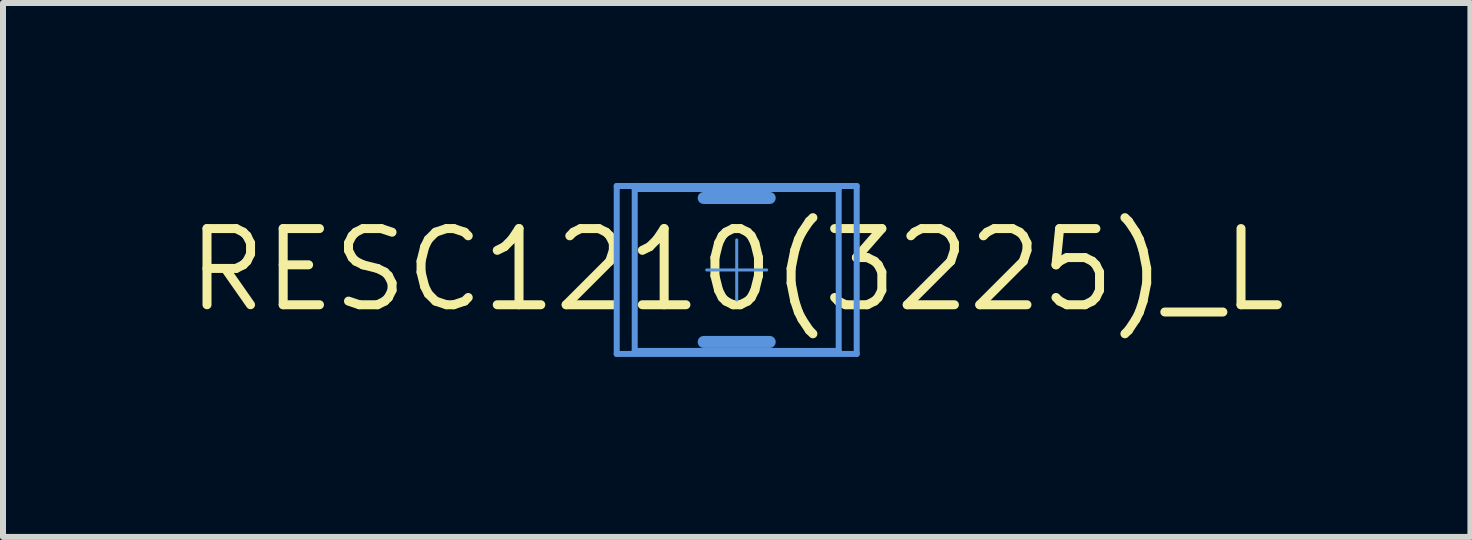
<source format=kicad_pcb>
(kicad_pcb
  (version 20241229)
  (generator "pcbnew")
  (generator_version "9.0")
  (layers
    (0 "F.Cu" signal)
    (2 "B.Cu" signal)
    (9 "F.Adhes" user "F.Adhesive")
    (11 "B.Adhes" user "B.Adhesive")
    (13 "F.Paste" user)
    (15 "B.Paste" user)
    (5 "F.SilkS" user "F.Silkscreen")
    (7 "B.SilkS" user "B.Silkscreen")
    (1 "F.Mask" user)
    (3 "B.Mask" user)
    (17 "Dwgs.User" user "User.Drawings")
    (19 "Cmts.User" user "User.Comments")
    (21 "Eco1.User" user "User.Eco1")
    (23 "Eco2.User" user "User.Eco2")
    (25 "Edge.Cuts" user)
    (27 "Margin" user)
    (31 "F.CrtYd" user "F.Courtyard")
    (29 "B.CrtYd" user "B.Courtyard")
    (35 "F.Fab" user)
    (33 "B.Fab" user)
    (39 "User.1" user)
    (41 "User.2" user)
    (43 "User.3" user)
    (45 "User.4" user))
  (footprint "RESC1210(3225)_L"
    (layer "F.Cu")
    (at 9.23 1.45)
    (property "Reference" "RESC1210(3225)_L" (at 0 0 0) (layer "F.SilkS") (effects (font (size 1.27 1.27) (thickness 0.15))))
    (attr through_hole)
    (fp_line (start -2 -1.4) (end 2 -1.4) (stroke (width 0.05) (type solid)) (layer "Cmts.User"))
    (fp_line (start -2 -1.4) (end 2 -1.4) (stroke (width 0.1) (type solid)) (layer "Cmts.User"))
    (fp_line (start -2 1.4) (end -2 -1.4) (stroke (width 0.05) (type solid)) (layer "Cmts.User"))
    (fp_line (start -2 1.4) (end -2 -1.4) (stroke (width 0.1) (type solid)) (layer "Cmts.User"))
    (fp_line (start -2 1.4) (end 2 1.4) (stroke (width 0.05) (type solid)) (layer "Cmts.User"))
    (fp_line (start -2 1.4) (end 2 1.4) (stroke (width 0.1) (type solid)) (layer "Cmts.User"))
    (fp_line (start -1.7 -1.35) (end 1.7 -1.35) (stroke (width 0.1) (type solid)) (layer "Cmts.User"))
    (fp_line (start -1.7 1.35) (end -1.7 -1.35) (stroke (width 0.1) (type solid)) (layer "Cmts.User"))
    (fp_line (start -1.7 1.35) (end 1.7 1.35) (stroke (width 0.1) (type solid)) (layer "Cmts.User"))
    (fp_line (start -0.55 -1.2) (end 0.55 -1.2) (stroke (width 0.2) (type solid)) (layer "Cmts.User"))
    (fp_line (start -0.55 1.2) (end 0.55 1.2) (stroke (width 0.2) (type solid)) (layer "Cmts.User"))
    (fp_line (start -0.5 0) (end 0.5 0) (stroke (width 0.05) (type solid)) (layer "Cmts.User"))
    (fp_line (start 0 0.5) (end 0 -0.5) (stroke (width 0.05) (type solid)) (layer "Cmts.User"))
    (fp_line (start 1.7 1.35) (end 1.7 -1.35) (stroke (width 0.1) (type solid)) (layer "Cmts.User"))
    (fp_line (start 2 1.4) (end 2 -1.4) (stroke (width 0.05) (type solid)) (layer "Cmts.User"))
    (fp_line (start 2 1.4) (end 2 -1.4) (stroke (width 0.1) (type solid)) (layer "Cmts.User")))
  (gr_rect
    (start -3 -3)
    (end 21.46 5.9)
    (stroke (width 0.1) (type default))
    (fill no)
    (layer "Edge.Cuts")))
</source>
